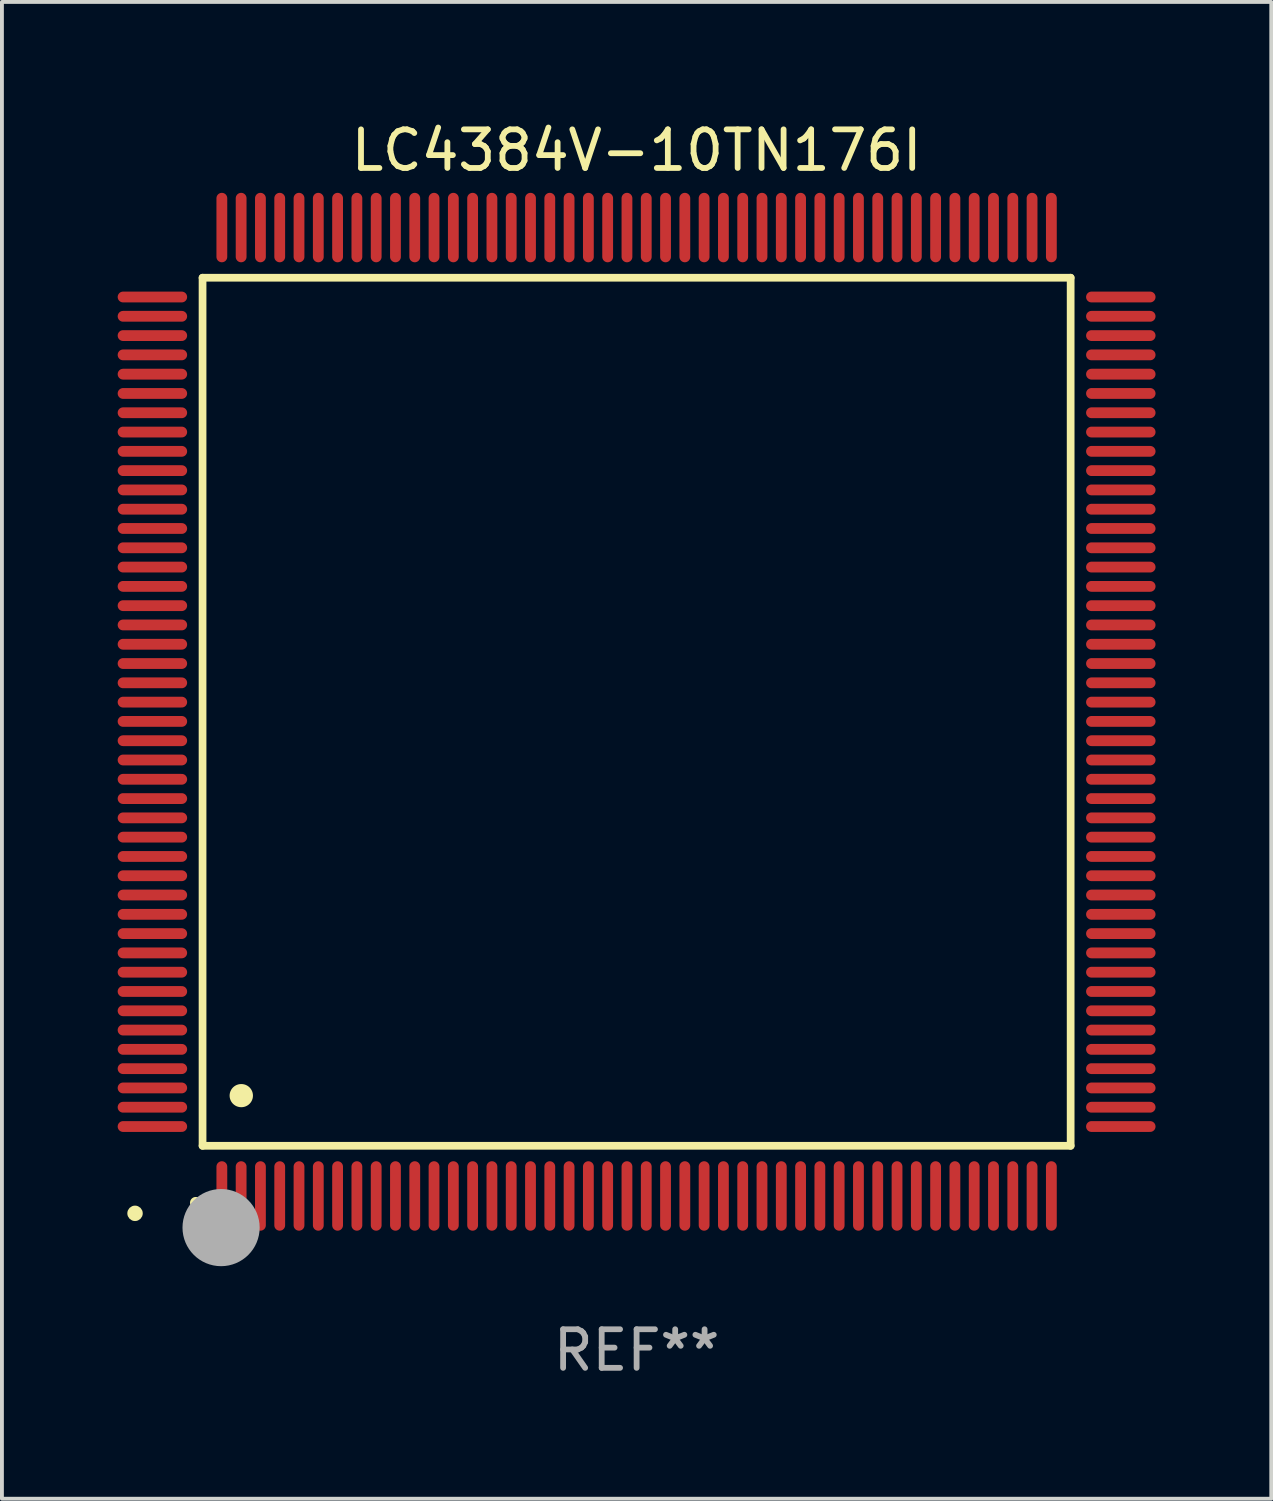
<source format=kicad_pcb>
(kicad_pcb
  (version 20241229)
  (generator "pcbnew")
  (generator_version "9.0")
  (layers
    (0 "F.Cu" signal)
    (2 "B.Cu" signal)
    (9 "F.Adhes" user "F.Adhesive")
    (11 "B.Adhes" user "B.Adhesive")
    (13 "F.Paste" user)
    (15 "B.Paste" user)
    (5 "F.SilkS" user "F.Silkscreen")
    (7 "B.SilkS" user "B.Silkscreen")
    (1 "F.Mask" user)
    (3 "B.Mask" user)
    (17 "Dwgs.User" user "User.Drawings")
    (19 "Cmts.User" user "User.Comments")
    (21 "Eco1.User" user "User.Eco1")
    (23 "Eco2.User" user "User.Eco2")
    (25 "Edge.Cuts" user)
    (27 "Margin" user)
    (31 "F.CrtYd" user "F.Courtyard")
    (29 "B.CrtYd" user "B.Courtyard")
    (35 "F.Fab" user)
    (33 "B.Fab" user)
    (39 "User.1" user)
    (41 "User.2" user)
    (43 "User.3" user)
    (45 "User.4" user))
  (footprint "LC4384V-10TN176I"
    (layer "F.Cu")
    (at 13.45 15.398)
    (property "Reference" "LC4384V-10TN176I" (at 0 -14.55 0) (layer "F.SilkS") (effects (font (size 1 1) (thickness 0.15))))
    (attr through_hole)
    (fp_line (start -11.25 -11.25) (end 11.25 -11.25) (stroke (width 0.2) (type solid)) (layer "F.SilkS"))
    (fp_line (start -11.25 11.25) (end -11.25 -11.25) (stroke (width 0.2) (type solid)) (layer "F.SilkS"))
    (fp_line (start 11.25 -11.25) (end 11.25 11.25) (stroke (width 0.2) (type solid)) (layer "F.SilkS"))
    (fp_line (start 11.25 11.25) (end -11.25 11.25) (stroke (width 0.2) (type solid)) (layer "F.SilkS"))
    (fp_arc (start -11.424943 12.725425) (mid -11.423673 12.72542) (end -11.422403 12.725425) (stroke (width 0.3) (type solid)) (layer "F.SilkS"))
    (fp_arc (start -10.24892 9.9492) (mid -10.24638 9.949189) (end -10.24384 9.9492) (stroke (width 0.6) (type solid)) (layer "F.SilkS"))
    (fp_circle (center -13 13) (end -12.9 13) (stroke (width 0.2) (type solid)) (fill no) (layer "F.SilkS"))
    (fp_circle (center -10.77 13.37) (end -10.27 13.37) (stroke (width 1) (type solid)) (fill no) (layer "F.Fab"))
    (fp_text user "REF**" (at 0 16.55 0) (layer "F.Fab") (effects (font (size 1 1) (thickness 0.15))))
    (pad "1" smd oval (at -10.75 12.55) (size 0.28 1.8) (layers "F.Cu" "F.Mask" "F.Paste"))
    (pad "2" smd oval (at -10.25 12.55) (size 0.28 1.8) (layers "F.Cu" "F.Mask" "F.Paste"))
    (pad "3" smd oval (at -9.75 12.55) (size 0.28 1.8) (layers "F.Cu" "F.Mask" "F.Paste"))
    (pad "4" smd oval (at -9.25 12.55) (size 0.28 1.8) (layers "F.Cu" "F.Mask" "F.Paste"))
    (pad "5" smd oval (at -8.75 12.55) (size 0.28 1.8) (layers "F.Cu" "F.Mask" "F.Paste"))
    (pad "6" smd oval (at -8.25 12.55) (size 0.28 1.8) (layers "F.Cu" "F.Mask" "F.Paste"))
    (pad "7" smd oval (at -7.75 12.55) (size 0.28 1.8) (layers "F.Cu" "F.Mask" "F.Paste"))
    (pad "8" smd oval (at -7.25 12.55) (size 0.28 1.8) (layers "F.Cu" "F.Mask" "F.Paste"))
    (pad "9" smd oval (at -6.75 12.55) (size 0.28 1.8) (layers "F.Cu" "F.Mask" "F.Paste"))
    (pad "10" smd oval (at -6.25 12.55) (size 0.28 1.8) (layers "F.Cu" "F.Mask" "F.Paste"))
    (pad "11" smd oval (at -5.75 12.55) (size 0.28 1.8) (layers "F.Cu" "F.Mask" "F.Paste"))
    (pad "12" smd oval (at -5.25 12.55) (size 0.28 1.8) (layers "F.Cu" "F.Mask" "F.Paste"))
    (pad "13" smd oval (at -4.75 12.55) (size 0.28 1.8) (layers "F.Cu" "F.Mask" "F.Paste"))
    (pad "14" smd oval (at -4.25 12.55) (size 0.28 1.8) (layers "F.Cu" "F.Mask" "F.Paste"))
    (pad "15" smd oval (at -3.75 12.55) (size 0.28 1.8) (layers "F.Cu" "F.Mask" "F.Paste"))
    (pad "16" smd oval (at -3.25 12.55) (size 0.28 1.8) (layers "F.Cu" "F.Mask" "F.Paste"))
    (pad "17" smd oval (at -2.75 12.55) (size 0.28 1.8) (layers "F.Cu" "F.Mask" "F.Paste"))
    (pad "18" smd oval (at -2.25 12.55) (size 0.28 1.8) (layers "F.Cu" "F.Mask" "F.Paste"))
    (pad "19" smd oval (at -1.75 12.55) (size 0.28 1.8) (layers "F.Cu" "F.Mask" "F.Paste"))
    (pad "20" smd oval (at -1.25 12.55) (size 0.28 1.8) (layers "F.Cu" "F.Mask" "F.Paste"))
    (pad "21" smd oval (at -0.75 12.55) (size 0.28 1.8) (layers "F.Cu" "F.Mask" "F.Paste"))
    (pad "22" smd oval (at -0.25 12.55) (size 0.28 1.8) (layers "F.Cu" "F.Mask" "F.Paste"))
    (pad "23" smd oval (at 0.25 12.55) (size 0.28 1.8) (layers "F.Cu" "F.Mask" "F.Paste"))
    (pad "24" smd oval (at 0.75 12.55) (size 0.28 1.8) (layers "F.Cu" "F.Mask" "F.Paste"))
    (pad "25" smd oval (at 1.25 12.55) (size 0.28 1.8) (layers "F.Cu" "F.Mask" "F.Paste"))
    (pad "26" smd oval (at 1.75 12.55) (size 0.28 1.8) (layers "F.Cu" "F.Mask" "F.Paste"))
    (pad "27" smd oval (at 2.25 12.55) (size 0.28 1.8) (layers "F.Cu" "F.Mask" "F.Paste"))
    (pad "28" smd oval (at 2.75 12.55) (size 0.28 1.8) (layers "F.Cu" "F.Mask" "F.Paste"))
    (pad "29" smd oval (at 3.25 12.55) (size 0.28 1.8) (layers "F.Cu" "F.Mask" "F.Paste"))
    (pad "30" smd oval (at 3.75 12.55) (size 0.28 1.8) (layers "F.Cu" "F.Mask" "F.Paste"))
    (pad "31" smd oval (at 4.25 12.55) (size 0.28 1.8) (layers "F.Cu" "F.Mask" "F.Paste"))
    (pad "32" smd oval (at 4.75 12.55) (size 0.28 1.8) (layers "F.Cu" "F.Mask" "F.Paste"))
    (pad "33" smd oval (at 5.25 12.55) (size 0.28 1.8) (layers "F.Cu" "F.Mask" "F.Paste"))
    (pad "34" smd oval (at 5.75 12.55) (size 0.28 1.8) (layers "F.Cu" "F.Mask" "F.Paste"))
    (pad "35" smd oval (at 6.25 12.55) (size 0.28 1.8) (layers "F.Cu" "F.Mask" "F.Paste"))
    (pad "36" smd oval (at 6.75 12.55) (size 0.28 1.8) (layers "F.Cu" "F.Mask" "F.Paste"))
    (pad "37" smd oval (at 7.25 12.55) (size 0.28 1.8) (layers "F.Cu" "F.Mask" "F.Paste"))
    (pad "38" smd oval (at 7.75 12.55) (size 0.28 1.8) (layers "F.Cu" "F.Mask" "F.Paste"))
    (pad "39" smd oval (at 8.25 12.55) (size 0.28 1.8) (layers "F.Cu" "F.Mask" "F.Paste"))
    (pad "40" smd oval (at 8.75 12.55) (size 0.28 1.8) (layers "F.Cu" "F.Mask" "F.Paste"))
    (pad "41" smd oval (at 9.25 12.55) (size 0.28 1.8) (layers "F.Cu" "F.Mask" "F.Paste"))
    (pad "42" smd oval (at 9.75 12.55) (size 0.28 1.8) (layers "F.Cu" "F.Mask" "F.Paste"))
    (pad "43" smd oval (at 10.25 12.55) (size 0.28 1.8) (layers "F.Cu" "F.Mask" "F.Paste"))
    (pad "44" smd oval (at 10.75 12.55) (size 0.28 1.8) (layers "F.Cu" "F.Mask" "F.Paste"))
    (pad "45" smd oval (at 12.55 10.75) (size 1.8 0.28) (layers "F.Cu" "F.Mask" "F.Paste"))
    (pad "46" smd oval (at 12.55 10.25) (size 1.8 0.28) (layers "F.Cu" "F.Mask" "F.Paste"))
    (pad "47" smd oval (at 12.55 9.75) (size 1.8 0.28) (layers "F.Cu" "F.Mask" "F.Paste"))
    (pad "48" smd oval (at 12.55 9.25) (size 1.8 0.28) (layers "F.Cu" "F.Mask" "F.Paste"))
    (pad "49" smd oval (at 12.55 8.75) (size 1.8 0.28) (layers "F.Cu" "F.Mask" "F.Paste"))
    (pad "50" smd oval (at 12.55 8.25) (size 1.8 0.28) (layers "F.Cu" "F.Mask" "F.Paste"))
    (pad "51" smd oval (at 12.55 7.75) (size 1.8 0.28) (layers "F.Cu" "F.Mask" "F.Paste"))
    (pad "52" smd oval (at 12.55 7.25) (size 1.8 0.28) (layers "F.Cu" "F.Mask" "F.Paste"))
    (pad "53" smd oval (at 12.55 6.75) (size 1.8 0.28) (layers "F.Cu" "F.Mask" "F.Paste"))
    (pad "54" smd oval (at 12.55 6.25) (size 1.8 0.28) (layers "F.Cu" "F.Mask" "F.Paste"))
    (pad "55" smd oval (at 12.55 5.75) (size 1.8 0.28) (layers "F.Cu" "F.Mask" "F.Paste"))
    (pad "56" smd oval (at 12.55 5.25) (size 1.8 0.28) (layers "F.Cu" "F.Mask" "F.Paste"))
    (pad "57" smd oval (at 12.55 4.75) (size 1.8 0.28) (layers "F.Cu" "F.Mask" "F.Paste"))
    (pad "58" smd oval (at 12.55 4.25) (size 1.8 0.28) (layers "F.Cu" "F.Mask" "F.Paste"))
    (pad "59" smd oval (at 12.55 3.75) (size 1.8 0.28) (layers "F.Cu" "F.Mask" "F.Paste"))
    (pad "60" smd oval (at 12.55 3.25) (size 1.8 0.28) (layers "F.Cu" "F.Mask" "F.Paste"))
    (pad "61" smd oval (at 12.55 2.75) (size 1.8 0.28) (layers "F.Cu" "F.Mask" "F.Paste"))
    (pad "62" smd oval (at 12.55 2.25) (size 1.8 0.28) (layers "F.Cu" "F.Mask" "F.Paste"))
    (pad "63" smd oval (at 12.55 1.75) (size 1.8 0.28) (layers "F.Cu" "F.Mask" "F.Paste"))
    (pad "64" smd oval (at 12.55 1.25) (size 1.8 0.28) (layers "F.Cu" "F.Mask" "F.Paste"))
    (pad "65" smd oval (at 12.55 0.75) (size 1.8 0.28) (layers "F.Cu" "F.Mask" "F.Paste"))
    (pad "66" smd oval (at 12.55 0.25) (size 1.8 0.28) (layers "F.Cu" "F.Mask" "F.Paste"))
    (pad "67" smd oval (at 12.55 -0.25) (size 1.8 0.28) (layers "F.Cu" "F.Mask" "F.Paste"))
    (pad "68" smd oval (at 12.55 -0.75) (size 1.8 0.28) (layers "F.Cu" "F.Mask" "F.Paste"))
    (pad "69" smd oval (at 12.55 -1.25) (size 1.8 0.28) (layers "F.Cu" "F.Mask" "F.Paste"))
    (pad "70" smd oval (at 12.55 -1.75) (size 1.8 0.28) (layers "F.Cu" "F.Mask" "F.Paste"))
    (pad "71" smd oval (at 12.55 -2.25) (size 1.8 0.28) (layers "F.Cu" "F.Mask" "F.Paste"))
    (pad "72" smd oval (at 12.55 -2.75) (size 1.8 0.28) (layers "F.Cu" "F.Mask" "F.Paste"))
    (pad "73" smd oval (at 12.55 -3.25) (size 1.8 0.28) (layers "F.Cu" "F.Mask" "F.Paste"))
    (pad "74" smd oval (at 12.55 -3.75) (size 1.8 0.28) (layers "F.Cu" "F.Mask" "F.Paste"))
    (pad "75" smd oval (at 12.55 -4.25) (size 1.8 0.28) (layers "F.Cu" "F.Mask" "F.Paste"))
    (pad "76" smd oval (at 12.55 -4.75) (size 1.8 0.28) (layers "F.Cu" "F.Mask" "F.Paste"))
    (pad "77" smd oval (at 12.55 -5.25) (size 1.8 0.28) (layers "F.Cu" "F.Mask" "F.Paste"))
    (pad "78" smd oval (at 12.55 -5.75) (size 1.8 0.28) (layers "F.Cu" "F.Mask" "F.Paste"))
    (pad "79" smd oval (at 12.55 -6.25) (size 1.8 0.28) (layers "F.Cu" "F.Mask" "F.Paste"))
    (pad "80" smd oval (at 12.55 -6.75) (size 1.8 0.28) (layers "F.Cu" "F.Mask" "F.Paste"))
    (pad "81" smd oval (at 12.55 -7.25) (size 1.8 0.28) (layers "F.Cu" "F.Mask" "F.Paste"))
    (pad "82" smd oval (at 12.55 -7.75) (size 1.8 0.28) (layers "F.Cu" "F.Mask" "F.Paste"))
    (pad "83" smd oval (at 12.55 -8.25) (size 1.8 0.28) (layers "F.Cu" "F.Mask" "F.Paste"))
    (pad "84" smd oval (at 12.55 -8.75) (size 1.8 0.28) (layers "F.Cu" "F.Mask" "F.Paste"))
    (pad "85" smd oval (at 12.55 -9.25) (size 1.8 0.28) (layers "F.Cu" "F.Mask" "F.Paste"))
    (pad "86" smd oval (at 12.55 -9.75) (size 1.8 0.28) (layers "F.Cu" "F.Mask" "F.Paste"))
    (pad "87" smd oval (at 12.55 -10.25) (size 1.8 0.28) (layers "F.Cu" "F.Mask" "F.Paste"))
    (pad "88" smd oval (at 12.55 -10.75) (size 1.8 0.28) (layers "F.Cu" "F.Mask" "F.Paste"))
    (pad "89" smd oval (at 10.75 -12.55) (size 0.28 1.8) (layers "F.Cu" "F.Mask" "F.Paste"))
    (pad "90" smd oval (at 10.25 -12.55) (size 0.28 1.8) (layers "F.Cu" "F.Mask" "F.Paste"))
    (pad "91" smd oval (at 9.75 -12.55) (size 0.28 1.8) (layers "F.Cu" "F.Mask" "F.Paste"))
    (pad "92" smd oval (at 9.25 -12.55) (size 0.28 1.8) (layers "F.Cu" "F.Mask" "F.Paste"))
    (pad "93" smd oval (at 8.75 -12.55) (size 0.28 1.8) (layers "F.Cu" "F.Mask" "F.Paste"))
    (pad "94" smd oval (at 8.25 -12.55) (size 0.28 1.8) (layers "F.Cu" "F.Mask" "F.Paste"))
    (pad "95" smd oval (at 7.75 -12.55) (size 0.28 1.8) (layers "F.Cu" "F.Mask" "F.Paste"))
    (pad "96" smd oval (at 7.25 -12.55) (size 0.28 1.8) (layers "F.Cu" "F.Mask" "F.Paste"))
    (pad "97" smd oval (at 6.75 -12.55) (size 0.28 1.8) (layers "F.Cu" "F.Mask" "F.Paste"))
    (pad "98" smd oval (at 6.25 -12.55) (size 0.28 1.8) (layers "F.Cu" "F.Mask" "F.Paste"))
    (pad "99" smd oval (at 5.75 -12.55) (size 0.28 1.8) (layers "F.Cu" "F.Mask" "F.Paste"))
    (pad "100" smd oval (at 5.25 -12.55) (size 0.28 1.8) (layers "F.Cu" "F.Mask" "F.Paste"))
    (pad "101" smd oval (at 4.75 -12.55) (size 0.28 1.8) (layers "F.Cu" "F.Mask" "F.Paste"))
    (pad "102" smd oval (at 4.25 -12.55) (size 0.28 1.8) (layers "F.Cu" "F.Mask" "F.Paste"))
    (pad "103" smd oval (at 3.75 -12.55) (size 0.28 1.8) (layers "F.Cu" "F.Mask" "F.Paste"))
    (pad "104" smd oval (at 3.25 -12.55) (size 0.28 1.8) (layers "F.Cu" "F.Mask" "F.Paste"))
    (pad "105" smd oval (at 2.75 -12.55) (size 0.28 1.8) (layers "F.Cu" "F.Mask" "F.Paste"))
    (pad "106" smd oval (at 2.25 -12.55) (size 0.28 1.8) (layers "F.Cu" "F.Mask" "F.Paste"))
    (pad "107" smd oval (at 1.75 -12.55) (size 0.28 1.8) (layers "F.Cu" "F.Mask" "F.Paste"))
    (pad "108" smd oval (at 1.25 -12.55) (size 0.28 1.8) (layers "F.Cu" "F.Mask" "F.Paste"))
    (pad "109" smd oval (at 0.75 -12.55) (size 0.28 1.8) (layers "F.Cu" "F.Mask" "F.Paste"))
    (pad "110" smd oval (at 0.25 -12.55) (size 0.28 1.8) (layers "F.Cu" "F.Mask" "F.Paste"))
    (pad "111" smd oval (at -0.25 -12.55) (size 0.28 1.8) (layers "F.Cu" "F.Mask" "F.Paste"))
    (pad "112" smd oval (at -0.75 -12.55) (size 0.28 1.8) (layers "F.Cu" "F.Mask" "F.Paste"))
    (pad "113" smd oval (at -1.25 -12.55) (size 0.28 1.8) (layers "F.Cu" "F.Mask" "F.Paste"))
    (pad "114" smd oval (at -1.75 -12.55) (size 0.28 1.8) (layers "F.Cu" "F.Mask" "F.Paste"))
    (pad "115" smd oval (at -2.25 -12.55) (size 0.28 1.8) (layers "F.Cu" "F.Mask" "F.Paste"))
    (pad "116" smd oval (at -2.75 -12.55) (size 0.28 1.8) (layers "F.Cu" "F.Mask" "F.Paste"))
    (pad "117" smd oval (at -3.25 -12.55) (size 0.28 1.8) (layers "F.Cu" "F.Mask" "F.Paste"))
    (pad "118" smd oval (at -3.75 -12.55) (size 0.28 1.8) (layers "F.Cu" "F.Mask" "F.Paste"))
    (pad "119" smd oval (at -4.25 -12.55) (size 0.28 1.8) (layers "F.Cu" "F.Mask" "F.Paste"))
    (pad "120" smd oval (at -4.75 -12.55) (size 0.28 1.8) (layers "F.Cu" "F.Mask" "F.Paste"))
    (pad "121" smd oval (at -5.25 -12.55) (size 0.28 1.8) (layers "F.Cu" "F.Mask" "F.Paste"))
    (pad "122" smd oval (at -5.75 -12.55) (size 0.28 1.8) (layers "F.Cu" "F.Mask" "F.Paste"))
    (pad "123" smd oval (at -6.25 -12.55) (size 0.28 1.8) (layers "F.Cu" "F.Mask" "F.Paste"))
    (pad "124" smd oval (at -6.75 -12.55) (size 0.28 1.8) (layers "F.Cu" "F.Mask" "F.Paste"))
    (pad "125" smd oval (at -7.25 -12.55) (size 0.28 1.8) (layers "F.Cu" "F.Mask" "F.Paste"))
    (pad "126" smd oval (at -7.75 -12.55) (size 0.28 1.8) (layers "F.Cu" "F.Mask" "F.Paste"))
    (pad "127" smd oval (at -8.25 -12.55) (size 0.28 1.8) (layers "F.Cu" "F.Mask" "F.Paste"))
    (pad "128" smd oval (at -8.75 -12.55) (size 0.28 1.8) (layers "F.Cu" "F.Mask" "F.Paste"))
    (pad "129" smd oval (at -9.25 -12.55) (size 0.28 1.8) (layers "F.Cu" "F.Mask" "F.Paste"))
    (pad "130" smd oval (at -9.75 -12.55) (size 0.28 1.8) (layers "F.Cu" "F.Mask" "F.Paste"))
    (pad "131" smd oval (at -10.25 -12.55) (size 0.28 1.8) (layers "F.Cu" "F.Mask" "F.Paste"))
    (pad "132" smd oval (at -10.75 -12.55) (size 0.28 1.8) (layers "F.Cu" "F.Mask" "F.Paste"))
    (pad "133" smd oval (at -12.55 -10.75) (size 1.8 0.28) (layers "F.Cu" "F.Mask" "F.Paste"))
    (pad "134" smd oval (at -12.55 -10.25) (size 1.8 0.28) (layers "F.Cu" "F.Mask" "F.Paste"))
    (pad "135" smd oval (at -12.55 -9.75) (size 1.8 0.28) (layers "F.Cu" "F.Mask" "F.Paste"))
    (pad "136" smd oval (at -12.55 -9.25) (size 1.8 0.28) (layers "F.Cu" "F.Mask" "F.Paste"))
    (pad "137" smd oval (at -12.55 -8.75) (size 1.8 0.28) (layers "F.Cu" "F.Mask" "F.Paste"))
    (pad "138" smd oval (at -12.55 -8.25) (size 1.8 0.28) (layers "F.Cu" "F.Mask" "F.Paste"))
    (pad "139" smd oval (at -12.55 -7.75) (size 1.8 0.28) (layers "F.Cu" "F.Mask" "F.Paste"))
    (pad "140" smd oval (at -12.55 -7.25) (size 1.8 0.28) (layers "F.Cu" "F.Mask" "F.Paste"))
    (pad "141" smd oval (at -12.55 -6.75) (size 1.8 0.28) (layers "F.Cu" "F.Mask" "F.Paste"))
    (pad "142" smd oval (at -12.55 -6.25) (size 1.8 0.28) (layers "F.Cu" "F.Mask" "F.Paste"))
    (pad "143" smd oval (at -12.55 -5.75) (size 1.8 0.28) (layers "F.Cu" "F.Mask" "F.Paste"))
    (pad "144" smd oval (at -12.55 -5.25) (size 1.8 0.28) (layers "F.Cu" "F.Mask" "F.Paste"))
    (pad "145" smd oval (at -12.55 -4.75) (size 1.8 0.28) (layers "F.Cu" "F.Mask" "F.Paste"))
    (pad "146" smd oval (at -12.55 -4.25) (size 1.8 0.28) (layers "F.Cu" "F.Mask" "F.Paste"))
    (pad "147" smd oval (at -12.55 -3.75) (size 1.8 0.28) (layers "F.Cu" "F.Mask" "F.Paste"))
    (pad "148" smd oval (at -12.55 -3.25) (size 1.8 0.28) (layers "F.Cu" "F.Mask" "F.Paste"))
    (pad "149" smd oval (at -12.55 -2.75) (size 1.8 0.28) (layers "F.Cu" "F.Mask" "F.Paste"))
    (pad "150" smd oval (at -12.55 -2.25) (size 1.8 0.28) (layers "F.Cu" "F.Mask" "F.Paste"))
    (pad "151" smd oval (at -12.55 -1.75) (size 1.8 0.28) (layers "F.Cu" "F.Mask" "F.Paste"))
    (pad "152" smd oval (at -12.55 -1.25) (size 1.8 0.28) (layers "F.Cu" "F.Mask" "F.Paste"))
    (pad "153" smd oval (at -12.55 -0.75) (size 1.8 0.28) (layers "F.Cu" "F.Mask" "F.Paste"))
    (pad "154" smd oval (at -12.55 -0.25) (size 1.8 0.28) (layers "F.Cu" "F.Mask" "F.Paste"))
    (pad "155" smd oval (at -12.55 0.25) (size 1.8 0.28) (layers "F.Cu" "F.Mask" "F.Paste"))
    (pad "156" smd oval (at -12.55 0.75) (size 1.8 0.28) (layers "F.Cu" "F.Mask" "F.Paste"))
    (pad "157" smd oval (at -12.55 1.25) (size 1.8 0.28) (layers "F.Cu" "F.Mask" "F.Paste"))
    (pad "158" smd oval (at -12.55 1.75) (size 1.8 0.28) (layers "F.Cu" "F.Mask" "F.Paste"))
    (pad "159" smd oval (at -12.55 2.25) (size 1.8 0.28) (layers "F.Cu" "F.Mask" "F.Paste"))
    (pad "160" smd oval (at -12.55 2.75) (size 1.8 0.28) (layers "F.Cu" "F.Mask" "F.Paste"))
    (pad "161" smd oval (at -12.55 3.25) (size 1.8 0.28) (layers "F.Cu" "F.Mask" "F.Paste"))
    (pad "162" smd oval (at -12.55 3.75) (size 1.8 0.28) (layers "F.Cu" "F.Mask" "F.Paste"))
    (pad "163" smd oval (at -12.55 4.25) (size 1.8 0.28) (layers "F.Cu" "F.Mask" "F.Paste"))
    (pad "164" smd oval (at -12.55 4.75) (size 1.8 0.28) (layers "F.Cu" "F.Mask" "F.Paste"))
    (pad "165" smd oval (at -12.55 5.25) (size 1.8 0.28) (layers "F.Cu" "F.Mask" "F.Paste"))
    (pad "166" smd oval (at -12.55 5.75) (size 1.8 0.28) (layers "F.Cu" "F.Mask" "F.Paste"))
    (pad "167" smd oval (at -12.55 6.25) (size 1.8 0.28) (layers "F.Cu" "F.Mask" "F.Paste"))
    (pad "168" smd oval (at -12.55 6.75) (size 1.8 0.28) (layers "F.Cu" "F.Mask" "F.Paste"))
    (pad "169" smd oval (at -12.55 7.25) (size 1.8 0.28) (layers "F.Cu" "F.Mask" "F.Paste"))
    (pad "170" smd oval (at -12.55 7.75) (size 1.8 0.28) (layers "F.Cu" "F.Mask" "F.Paste"))
    (pad "171" smd oval (at -12.55 8.25) (size 1.8 0.28) (layers "F.Cu" "F.Mask" "F.Paste"))
    (pad "172" smd oval (at -12.55 8.75) (size 1.8 0.28) (layers "F.Cu" "F.Mask" "F.Paste"))
    (pad "173" smd oval (at -12.55 9.25) (size 1.8 0.28) (layers "F.Cu" "F.Mask" "F.Paste"))
    (pad "174" smd oval (at -12.55 9.75) (size 1.8 0.28) (layers "F.Cu" "F.Mask" "F.Paste"))
    (pad "175" smd oval (at -12.55 10.25) (size 1.8 0.28) (layers "F.Cu" "F.Mask" "F.Paste"))
    (pad "176" smd oval (at -12.55 10.75) (size 1.8 0.28) (layers "F.Cu" "F.Mask" "F.Paste")))
  (gr_rect
    (start -3 -3)
    (end 29.9 35.796)
    (stroke (width 0.1) (type default))
    (fill no)
    (layer "Edge.Cuts")))
</source>
